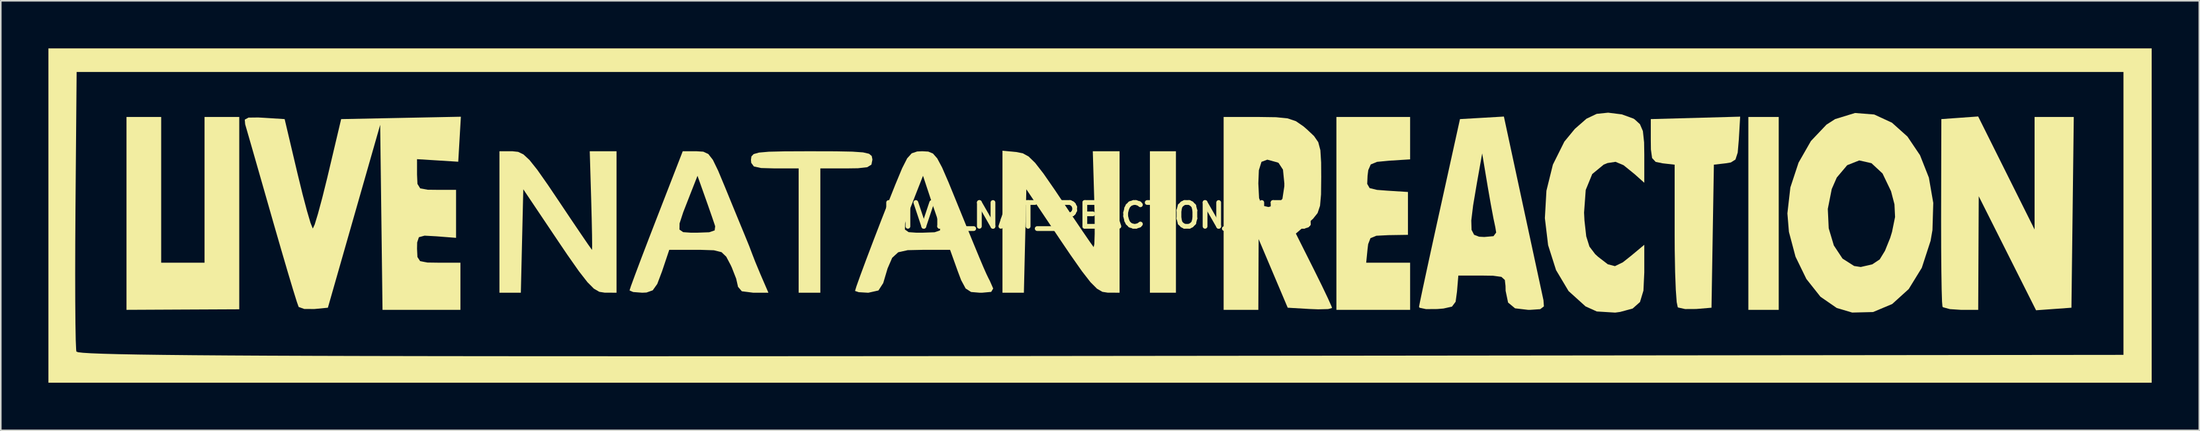
<source format=kicad_pcb>
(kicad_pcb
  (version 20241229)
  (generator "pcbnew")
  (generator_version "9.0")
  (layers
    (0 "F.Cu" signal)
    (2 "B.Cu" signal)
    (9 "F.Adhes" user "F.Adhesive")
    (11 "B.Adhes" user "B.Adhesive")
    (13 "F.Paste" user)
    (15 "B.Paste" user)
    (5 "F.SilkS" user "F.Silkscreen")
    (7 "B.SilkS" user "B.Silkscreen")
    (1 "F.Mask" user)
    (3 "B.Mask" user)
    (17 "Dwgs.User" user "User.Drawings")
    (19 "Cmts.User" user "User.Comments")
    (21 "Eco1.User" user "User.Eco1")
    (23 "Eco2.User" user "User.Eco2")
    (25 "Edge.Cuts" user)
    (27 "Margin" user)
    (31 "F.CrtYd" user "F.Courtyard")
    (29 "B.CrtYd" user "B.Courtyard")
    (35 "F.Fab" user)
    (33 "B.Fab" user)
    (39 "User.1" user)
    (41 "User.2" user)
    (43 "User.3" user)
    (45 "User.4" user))
  (footprint "LIVE_NAT_REACTION_NEG"
    (layer "F.Cu")
    (at 66.095 10.538)
    (property "Reference" "LIVE_NAT_REACTION_NEG" (at 0 0 0) (layer "F.SilkS") (effects (font (size 1.5 1.5) (thickness 0.3))))
    (attr board_only exclude_from_pos_files exclude_from_bom)
    (fp_poly (pts (xy 4.916 0.405) (xy 4.916 4.864) (xy 4.097 4.864) (xy 3.277 4.864) (xy 3.277 0.405) (xy 3.277 -4.053) (xy 4.097 -4.053) (xy 4.916 -4.053)) (stroke (width 0) (type solid)) (fill yes) (layer "F.SilkS"))
    (fp_poly (pts (xy 42.88 -0.135) (xy 42.88 5.945) (xy 41.924 5.945) (xy 40.968 5.945) (xy 40.968 -0.135) (xy 40.968 -6.215) (xy 41.924 -6.215) (xy 42.88 -6.215)) (stroke (width 0) (type solid)) (fill yes) (layer "F.SilkS"))
    (fp_poly (pts (xy -58.994 -1.621) (xy -58.994 2.972) (xy -57.628 2.972) (xy -56.262 2.972) (xy -56.262 -1.621) (xy -56.262 -6.215) (xy -55.17 -6.215) (xy -54.077 -6.215) (xy -54.077 -0.153) (xy -54.077 5.909) (xy -57.628 5.926) (xy -61.178 5.944) (xy -61.178 -0.135) (xy -61.178 -6.215) (xy -60.086 -6.215) (xy -58.994 -6.215)) (stroke (width 0) (type solid)) (fill yes) (layer "F.SilkS"))
    (fp_poly (pts (xy 40.368 -4.806) (xy 40.297 -3.971) (xy 40.156 -3.532) (xy 39.867 -3.348) (xy 39.54 -3.293) (xy 38.796 -3.208) (xy 38.721 1.301) (xy 38.646 5.81) (xy 37.681 5.89) (xy 36.985 5.894) (xy 36.547 5.798) (xy 36.52 5.777) (xy 36.454 5.455) (xy 36.398 4.687) (xy 36.355 3.568) (xy 36.33 2.195) (xy 36.325 1.189) (xy 36.325 -3.207) (xy 35.574 -3.292) (xy 35.128 -3.384) (xy 34.905 -3.625) (xy 34.83 -4.164) (xy 34.823 -4.729) (xy 34.823 -6.08) (xy 37.637 -6.157) (xy 40.451 -6.234)) (stroke (width 0) (type solid)) (fill yes) (layer "F.SilkS"))
    (fp_poly (pts (xy 57.217 -2.683) (xy 58.994 0.879) (xy 58.994 -2.668) (xy 58.994 -6.215) (xy 60.228 -6.215) (xy 61.462 -6.215) (xy 61.389 -0.203) (xy 61.315 5.81) (xy 60.201 5.89) (xy 59.087 5.971) (xy 57.282 2.378) (xy 55.477 -1.216) (xy 55.46 2.364) (xy 55.443 5.945) (xy 54.367 5.945) (xy 53.66 5.898) (xy 53.234 5.783) (xy 53.193 5.742) (xy 53.165 5.423) (xy 53.141 4.645) (xy 53.123 3.491) (xy 53.111 2.041) (xy 53.107 0.377) (xy 53.108 -0.27) (xy 53.122 -6.08) (xy 54.281 -6.163) (xy 55.441 -6.246)) (stroke (width 0) (type solid)) (fill yes) (layer "F.SilkS"))
    (fp_poly (pts (xy -16.513 -4.049) (xy -15.462 -4.029) (xy -14.789 -3.982) (xy -14.411 -3.894) (xy -14.244 -3.755) (xy -14.203 -3.553) (xy -14.202 -3.513) (xy -14.262 -3.211) (xy -14.525 -3.048) (xy -15.115 -2.982) (xy -15.841 -2.972) (xy -17.48 -2.972) (xy -17.48 0.946) (xy -17.48 4.864) (xy -18.162 4.864) (xy -18.845 4.864) (xy -18.845 0.946) (xy -18.845 -2.972) (xy -20.347 -2.972) (xy -21.215 -2.996) (xy -21.668 -3.097) (xy -21.833 -3.323) (xy -21.849 -3.513) (xy -21.821 -3.727) (xy -21.68 -3.875) (xy -21.342 -3.97) (xy -20.724 -4.024) (xy -19.741 -4.047) (xy -18.31 -4.053) (xy -18.026 -4.053)) (stroke (width 0) (type solid)) (fill yes) (layer "F.SilkS"))
    (fp_poly (pts (xy 19.665 -4.879) (xy 19.665 -3.542) (xy 18.367 -3.46) (xy 17.581 -3.385) (xy 17.186 -3.222) (xy 17.029 -2.864) (xy 16.985 -2.515) (xy 16.962 -1.996) (xy 17.114 -1.731) (xy 17.576 -1.618) (xy 18.215 -1.569) (xy 19.528 -1.486) (xy 19.528 -0.135) (xy 19.528 1.216) (xy 18.299 1.235) (xy 17.539 1.273) (xy 17.167 1.427) (xy 17.022 1.803) (xy 16.984 2.113) (xy 16.899 2.972) (xy 18.282 2.972) (xy 19.665 2.972) (xy 19.665 4.459) (xy 19.665 5.945) (xy 17.343 5.945) (xy 15.022 5.945) (xy 15.022 -0.135) (xy 15.022 -6.215) (xy 17.343 -6.215) (xy 19.665 -6.215)) (stroke (width 0) (type solid)) (fill yes) (layer "F.SilkS"))
    (fp_poly (pts (xy -36.514 -4.015) (xy -36.179 -3.855) (xy -35.798 -3.502) (xy -35.308 -2.887) (xy -34.641 -1.937) (xy -33.974 -0.946) (xy -33.22 0.18) (xy -32.582 1.124) (xy -32.117 1.805) (xy -31.878 2.141) (xy -31.859 2.162) (xy -31.851 1.91) (xy -31.858 1.224) (xy -31.879 0.211) (xy -31.91 -0.945) (xy -32.002 -4.053) (xy -31.159 -4.053) (xy -30.316 -4.053) (xy -30.316 0.405) (xy -30.316 4.864) (xy -31.067 4.86) (xy -31.4 4.808) (xy -31.74 4.61) (xy -32.148 4.2) (xy -32.686 3.509) (xy -33.414 2.471) (xy -34.003 1.6) (xy -36.188 -1.656) (xy -36.265 1.604) (xy -36.342 4.864) (xy -37.016 4.864) (xy -37.69 4.864) (xy -37.69 0.405) (xy -37.69 -4.053) (xy -36.869 -4.053)) (stroke (width 0) (type solid)) (fill yes) (layer "F.SilkS"))
    (fp_poly (pts (xy -5.127 -4.003) (xy -4.73 -3.924) (xy -4.362 -3.722) (xy -3.951 -3.321) (xy -3.426 -2.646) (xy -2.716 -1.621) (xy -2.319 -1.028) (xy -1.585 0.07) (xy -0.958 0.997) (xy -0.501 1.663) (xy -0.275 1.979) (xy -0.265 1.99) (xy -0.222 1.791) (xy -0.201 1.152) (xy -0.203 0.176) (xy -0.228 -0.968) (xy -0.32 -4.053) (xy 0.523 -4.053) (xy 1.366 -4.053) (xy 1.366 0.405) (xy 1.366 4.864) (xy 0.615 4.86) (xy 0.282 4.808) (xy -0.058 4.61) (xy -0.467 4.2) (xy -1.004 3.509) (xy -1.732 2.471) (xy -2.322 1.6) (xy -4.506 -1.656) (xy -4.583 1.604) (xy -4.66 4.864) (xy -5.334 4.864) (xy -6.009 4.864) (xy -6.009 0.388) (xy -6.009 -4.087)) (stroke (width 0) (type solid)) (fill yes) (layer "F.SilkS"))
    (fp_poly (pts (xy 33.002 -6.377) (xy 33.731 -6.112) (xy 33.806 -6.064) (xy 34.14 -5.758) (xy 34.325 -5.326) (xy 34.401 -4.614) (xy 34.413 -3.856) (xy 34.413 -2.067) (xy 33.798 -2.615) (xy 33.108 -3.174) (xy 32.602 -3.387) (xy 32.098 -3.31) (xy 31.857 -3.211) (xy 31.135 -2.617) (xy 30.725 -1.615) (xy 30.62 -0.185) (xy 30.645 0.31) (xy 30.757 1.311) (xy 30.959 1.957) (xy 31.321 2.434) (xy 31.513 2.608) (xy 32.117 3.073) (xy 32.566 3.189) (xy 33.062 2.948) (xy 33.573 2.543) (xy 34.413 1.843) (xy 34.413 3.591) (xy 34.359 4.732) (xy 34.142 5.451) (xy 33.682 5.861) (xy 32.895 6.075) (xy 32.58 6.118) (xy 31.423 6.047) (xy 30.714 5.727) (xy 29.644 4.76) (xy 28.855 3.437) (xy 28.356 1.868) (xy 28.152 0.163) (xy 28.25 -1.566) (xy 28.657 -3.211) (xy 29.379 -4.661) (xy 30.04 -5.464) (xy 30.775 -6.107) (xy 31.417 -6.411) (xy 32.135 -6.485)) (stroke (width 0) (type solid)) (fill yes) (layer "F.SilkS"))
    (fp_poly (pts (xy 66.368 0) (xy 66.368 10.538) (xy 0.137 10.538) (xy -66.095 10.538) (xy -66.095 3.663) (xy -64.41 3.663) (xy -64.406 5.38) (xy -64.394 6.796) (xy -64.375 7.843) (xy -64.349 8.453) (xy -64.332 8.577) (xy -64.224 8.616) (xy -63.919 8.651) (xy -63.4 8.683) (xy -62.649 8.712) (xy -61.647 8.739) (xy -60.378 8.763) (xy -58.823 8.784) (xy -56.964 8.803) (xy -54.784 8.819) (xy -52.265 8.833) (xy -49.389 8.844) (xy -46.139 8.853) (xy -42.496 8.86) (xy -38.443 8.865) (xy -33.961 8.868) (xy -29.034 8.869) (xy -23.644 8.868) (xy -17.771 8.865) (xy -11.4 8.861) (xy -4.512 8.855) (xy 0.196 8.85) (xy 64.592 8.782) (xy 64.592 -0.135) (xy 64.592 -9.052) (xy 0.137 -9.052) (xy -64.319 -9.052) (xy -64.392 -0.408) (xy -64.405 1.711) (xy -64.41 3.663) (xy -66.095 3.663) (xy -66.095 0) (xy -66.095 -10.538) (xy 0.137 -10.538) (xy 66.368 -10.538)) (stroke (width 0) (type solid)) (fill yes) (layer "F.SilkS"))
    (fp_poly (pts (xy 48.894 -6.37) (xy 50.011 -5.854) (xy 50.988 -4.979) (xy 51.779 -3.804) (xy 52.337 -2.39) (xy 52.613 -0.797) (xy 52.562 0.915) (xy 52.444 1.595) (xy 51.891 3.294) (xy 51.067 4.634) (xy 50.026 5.577) (xy 48.821 6.083) (xy 47.507 6.115) (xy 46.534 5.827) (xy 45.508 5.118) (xy 44.621 3.998) (xy 43.937 2.593) (xy 43.522 1.028) (xy 43.426 -0.135) (xy 43.458 -0.418) (xy 45.971 -0.418) (xy 46.028 0.804) (xy 46.351 1.885) (xy 46.898 2.713) (xy 47.627 3.179) (xy 48.046 3.243) (xy 48.773 3.076) (xy 49.239 2.766) (xy 49.572 2.221) (xy 49.903 1.401) (xy 50.017 1.025) (xy 50.207 0.091) (xy 50.169 -0.709) (xy 49.953 -1.535) (xy 49.418 -2.652) (xy 48.722 -3.3) (xy 47.951 -3.475) (xy 47.193 -3.175) (xy 46.536 -2.396) (xy 46.219 -1.672) (xy 45.971 -0.418) (xy 43.458 -0.418) (xy 43.613 -1.771) (xy 44.129 -3.336) (xy 44.909 -4.7) (xy 45.885 -5.729) (xy 46.431 -6.08) (xy 47.685 -6.465)) (stroke (width 0) (type solid)) (fill yes) (layer "F.SilkS"))
    (fp_poly (pts (xy 11.22 -6.199) (xy 11.956 -6.124) (xy 12.474 -5.948) (xy 12.939 -5.628) (xy 13.174 -5.426) (xy 13.614 -5.011) (xy 13.879 -4.626) (xy 14.013 -4.121) (xy 14.06 -3.347) (xy 14.066 -2.431) (xy 14.054 -1.327) (xy 13.992 -0.618) (xy 13.838 -0.157) (xy 13.554 0.199) (xy 13.267 0.456) (xy 12.469 1.135) (xy 13.609 3.409) (xy 14.104 4.411) (xy 14.49 5.22) (xy 14.714 5.724) (xy 14.748 5.828) (xy 14.503 5.895) (xy 13.874 5.911) (xy 13.352 5.891) (xy 11.956 5.81) (xy 11.04 3.648) (xy 10.125 1.486) (xy 10.115 3.715) (xy 10.105 5.945) (xy 9.013 5.945) (xy 7.92 5.945) (xy 7.92 -0.135) (xy 7.92 -2.027) (xy 10.105 -2.027) (xy 10.152 -1.098) (xy 10.34 -0.628) (xy 10.74 -0.537) (xy 11.312 -0.704) (xy 11.623 -1.056) (xy 11.742 -1.84) (xy 11.744 -2.027) (xy 11.657 -2.894) (xy 11.381 -3.316) (xy 11.312 -3.349) (xy 10.671 -3.523) (xy 10.304 -3.386) (xy 10.139 -2.858) (xy 10.105 -2.027) (xy 7.92 -2.027) (xy 7.92 -6.215) (xy 10.101 -6.215)) (stroke (width 0) (type solid)) (fill yes) (layer "F.SilkS"))
    (fp_poly (pts (xy 26.751 -0.755) (xy 27.114 0.931) (xy 27.445 2.467) (xy 27.724 3.763) (xy 27.933 4.731) (xy 28.051 5.28) (xy 28.063 5.337) (xy 28.091 5.726) (xy 27.86 5.901) (xy 27.237 5.944) (xy 27.1 5.945) (xy 26.274 5.848) (xy 25.835 5.485) (xy 25.68 4.744) (xy 25.673 4.436) (xy 25.63 4.06) (xy 25.413 3.865) (xy 24.887 3.793) (xy 24.187 3.783) (xy 22.702 3.783) (xy 22.617 4.796) (xy 22.53 5.435) (xy 22.301 5.741) (xy 21.767 5.861) (xy 21.372 5.893) (xy 20.668 5.898) (xy 20.264 5.813) (xy 20.225 5.758) (xy 20.286 5.441) (xy 20.446 4.675) (xy 20.69 3.539) (xy 20.999 2.114) (xy 21.358 0.476) (xy 21.394 0.314) (xy 23.517 0.314) (xy 23.534 0.901) (xy 23.695 1.213) (xy 24.012 1.334) (xy 24.337 1.351) (xy 24.916 1.3) (xy 25.085 1.071) (xy 25.033 0.743) (xy 24.914 0.183) (xy 24.744 -0.724) (xy 24.558 -1.79) (xy 24.541 -1.891) (xy 24.203 -3.918) (xy 23.867 -2.027) (xy 23.632 -0.634) (xy 23.517 0.314) (xy 21.394 0.314) (xy 21.523 -0.27) (xy 22.805 -6.08) (xy 24.188 -6.16) (xy 25.571 -6.24)) (stroke (width 0) (type solid)) (fill yes) (layer "F.SilkS"))
    (fp_poly (pts (xy -24.85 -4.026) (xy -24.534 -3.878) (xy -24.248 -3.512) (xy -23.917 -2.83) (xy -23.497 -1.824) (xy -23.04 -0.707) (xy -22.621 0.313) (xy -22.312 1.061) (xy -22.248 1.216) (xy -21.963 1.915) (xy -21.767 2.432) (xy -21.572 2.934) (xy -21.267 3.667) (xy -21.188 3.851) (xy -20.75 4.864) (xy -21.709 4.864) (xy -22.425 4.773) (xy -22.668 4.488) (xy -22.669 4.468) (xy -22.781 3.977) (xy -23.058 3.269) (xy -23.129 3.117) (xy -23.405 2.595) (xy -23.702 2.309) (xy -24.181 2.189) (xy -25.003 2.162) (xy -25.292 2.162) (xy -26.995 2.162) (xy -27.448 3.513) (xy -27.749 4.31) (xy -28.035 4.713) (xy -28.426 4.852) (xy -28.699 4.864) (xy -29.266 4.821) (xy -29.497 4.721) (xy -29.404 4.434) (xy -29.145 3.728) (xy -28.754 2.688) (xy -28.261 1.4) (xy -28.061 0.883) (xy -26.353 0.883) (xy -26.121 1.046) (xy -25.632 1.081) (xy -25.25 1.081) (xy -24.478 1.053) (xy -24.135 0.936) (xy -24.103 0.682) (xy -24.124 0.608) (xy -24.302 0.084) (xy -24.582 -0.719) (xy -24.747 -1.185) (xy -25.216 -2.505) (xy -25.682 -1.32) (xy -26.117 -0.205) (xy -26.346 0.498) (xy -26.353 0.883) (xy -28.061 0.883) (xy -27.821 0.262) (xy -26.146 -4.053) (xy -25.277 -4.053)) (stroke (width 0) (type solid)) (fill yes) (layer "F.SilkS"))
    (fp_poly (pts (xy -10.68 -4.032) (xy -10.387 -3.91) (xy -10.118 -3.604) (xy -9.81 -3.027) (xy -9.406 -2.095) (xy -9.019 -1.148) (xy -8.341 0.517) (xy -7.834 1.757) (xy -7.467 2.645) (xy -7.209 3.257) (xy -7.026 3.67) (xy -6.888 3.957) (xy -6.805 4.117) (xy -6.593 4.6) (xy -6.719 4.812) (xy -7.278 4.863) (xy -7.447 4.864) (xy -7.985 4.819) (xy -8.33 4.597) (xy -8.613 4.07) (xy -8.823 3.513) (xy -9.308 2.162) (xy -11.039 2.162) (xy -11.978 2.182) (xy -12.574 2.314) (xy -12.955 2.664) (xy -13.246 3.337) (xy -13.519 4.256) (xy -13.82 4.723) (xy -14.45 4.864) (xy -14.494 4.864) (xy -15.061 4.831) (xy -15.295 4.752) (xy -15.202 4.447) (xy -14.95 3.743) (xy -14.579 2.743) (xy -14.127 1.551) (xy -13.869 0.882) (xy -12.152 0.882) (xy -11.92 1.046) (xy -11.432 1.081) (xy -11.05 1.081) (xy -10.282 1.053) (xy -9.945 0.938) (xy -9.928 0.69) (xy -9.952 0.623) (xy -10.137 0.107) (xy -10.412 -0.695) (xy -10.571 -1.171) (xy -11.013 -2.507) (xy -11.479 -1.321) (xy -11.914 -0.206) (xy -12.144 0.497) (xy -12.152 0.882) (xy -13.869 0.882) (xy -13.634 0.271) (xy -13.139 -0.992) (xy -12.754 -1.959) (xy -12.327 -2.985) (xy -12.011 -3.607) (xy -11.724 -3.924) (xy -11.382 -4.039) (xy -11.055 -4.053)) (stroke (width 0) (type solid)) (fill yes) (layer "F.SilkS"))
    (fp_poly (pts (xy -40.202 -4.812) (xy -40.285 -3.393) (xy -41.582 -3.474) (xy -42.88 -3.554) (xy -42.88 -2.587) (xy -42.854 -1.994) (xy -42.68 -1.713) (xy -42.207 -1.627) (xy -41.651 -1.621) (xy -40.422 -1.621) (xy -40.422 -0.108) (xy -40.422 1.405) (xy -41.651 1.309) (xy -42.405 1.268) (xy -42.763 1.365) (xy -42.872 1.695) (xy -42.88 2.092) (xy -42.855 2.613) (xy -42.686 2.873) (xy -42.233 2.962) (xy -41.514 2.972) (xy -40.148 2.972) (xy -40.148 4.459) (xy -40.148 5.945) (xy -42.601 5.945) (xy -45.054 5.945) (xy -45.127 0.113) (xy -45.201 -5.719) (xy -46.848 0.045) (xy -48.495 5.81) (xy -49.349 5.892) (xy -49.983 5.888) (xy -50.334 5.763) (xy -50.337 5.757) (xy -50.449 5.442) (xy -50.684 4.687) (xy -51.018 3.573) (xy -51.426 2.181) (xy -51.886 0.59) (xy -52.016 0.135) (xy -52.488 -1.516) (xy -52.916 -3.012) (xy -53.275 -4.266) (xy -53.542 -5.192) (xy -53.69 -5.705) (xy -53.705 -5.758) (xy -53.73 -6.047) (xy -53.493 -6.175) (xy -52.878 -6.182) (xy -52.534 -6.163) (xy -51.218 -6.08) (xy -50.405 -2.635) (xy -50.092 -1.356) (xy -49.811 -0.292) (xy -49.59 0.459) (xy -49.454 0.8) (xy -49.44 0.811) (xy -49.325 0.563) (xy -49.119 -0.114) (xy -48.847 -1.123) (xy -48.538 -2.366) (xy -48.474 -2.635) (xy -47.659 -6.08) (xy -43.889 -6.155) (xy -40.119 -6.23)) (stroke (width 0) (type solid)) (fill yes) (layer "F.SilkS")))
  (gr_rect
    (start -3 -3)
    (end 135.462 24.077)
    (stroke (width 0.1) (type default))
    (fill no)
    (layer "Edge.Cuts")))
</source>
